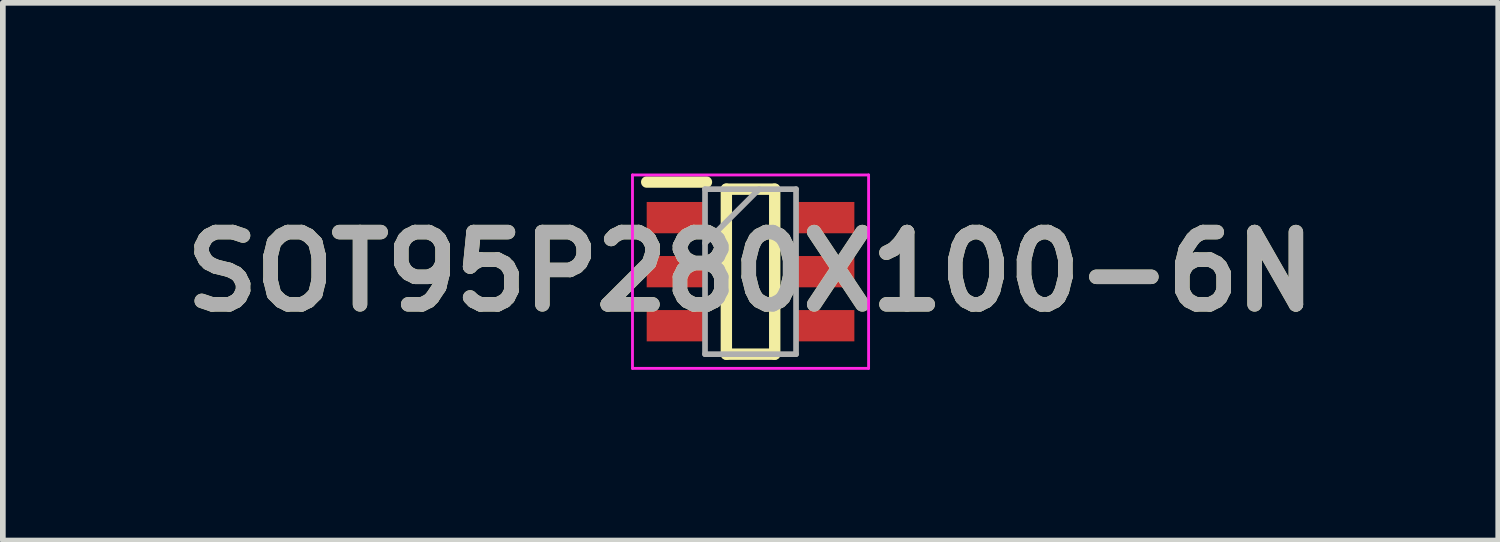
<source format=kicad_pcb>
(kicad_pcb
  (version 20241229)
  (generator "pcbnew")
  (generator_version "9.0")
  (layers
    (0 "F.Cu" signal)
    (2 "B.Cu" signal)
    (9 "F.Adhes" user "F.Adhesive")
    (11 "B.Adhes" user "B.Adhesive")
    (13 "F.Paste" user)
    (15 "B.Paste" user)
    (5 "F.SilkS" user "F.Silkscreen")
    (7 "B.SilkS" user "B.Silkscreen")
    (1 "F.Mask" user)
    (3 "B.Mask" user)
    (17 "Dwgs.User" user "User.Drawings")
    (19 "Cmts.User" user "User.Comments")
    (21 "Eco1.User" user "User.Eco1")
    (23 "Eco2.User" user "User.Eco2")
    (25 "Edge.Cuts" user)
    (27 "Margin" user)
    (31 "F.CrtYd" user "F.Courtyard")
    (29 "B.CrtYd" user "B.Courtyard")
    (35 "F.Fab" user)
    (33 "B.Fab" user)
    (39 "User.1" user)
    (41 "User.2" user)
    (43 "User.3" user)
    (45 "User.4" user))
  (footprint "SOT95P280X100-6N"
    (layer "F.Cu")
    (at 10.142 1.725)
    (property "Reference" "SOT95P280X100-6N" (at 0 0 0) (layer "F.SilkS") (effects (font (size 1.27 1.27) (thickness 0.254))))
    (attr smd)
    (fp_line (start -1.825 -1.575) (end -0.775 -1.575) (stroke (width 0.2) (type solid)) (layer "F.SilkS"))
    (fp_line (start -0.425 -1.45) (end 0.425 -1.45) (stroke (width 0.2) (type solid)) (layer "F.SilkS"))
    (fp_line (start -0.425 1.45) (end -0.425 -1.45) (stroke (width 0.2) (type solid)) (layer "F.SilkS"))
    (fp_line (start 0.425 -1.45) (end 0.425 1.45) (stroke (width 0.2) (type solid)) (layer "F.SilkS"))
    (fp_line (start 0.425 1.45) (end -0.425 1.45) (stroke (width 0.2) (type solid)) (layer "F.SilkS"))
    (fp_line (start -2.075 -1.7) (end 2.075 -1.7) (stroke (width 0.05) (type solid)) (layer "F.CrtYd"))
    (fp_line (start -2.075 1.7) (end -2.075 -1.7) (stroke (width 0.05) (type solid)) (layer "F.CrtYd"))
    (fp_line (start 2.075 -1.7) (end 2.075 1.7) (stroke (width 0.05) (type solid)) (layer "F.CrtYd"))
    (fp_line (start 2.075 1.7) (end -2.075 1.7) (stroke (width 0.05) (type solid)) (layer "F.CrtYd"))
    (fp_line (start -0.8 -1.45) (end 0.8 -1.45) (stroke (width 0.1) (type solid)) (layer "F.Fab"))
    (fp_line (start -0.8 -0.5) (end 0.15 -1.45) (stroke (width 0.1) (type solid)) (layer "F.Fab"))
    (fp_line (start -0.8 1.45) (end -0.8 -1.45) (stroke (width 0.1) (type solid)) (layer "F.Fab"))
    (fp_line (start 0.8 -1.45) (end 0.8 1.45) (stroke (width 0.1) (type solid)) (layer "F.Fab"))
    (fp_line (start 0.8 1.45) (end -0.8 1.45) (stroke (width 0.1) (type solid)) (layer "F.Fab"))
    (fp_text user "${REFERENCE}" (at 0 0 0) (layer "F.Fab") (effects (font (size 1.27 1.27) (thickness 0.254))))
    (pad "1" smd rect (at -1.3 -0.95 90) (size 0.55 1.05) (layers "F.Cu" "F.Mask" "F.Paste"))
    (pad "2" smd rect (at -1.3 0 90) (size 0.55 1.05) (layers "F.Cu" "F.Mask" "F.Paste"))
    (pad "3" smd rect (at -1.3 0.95 90) (size 0.55 1.05) (layers "F.Cu" "F.Mask" "F.Paste"))
    (pad "4" smd rect (at 1.3 0.95 90) (size 0.55 1.05) (layers "F.Cu" "F.Mask" "F.Paste"))
    (pad "5" smd rect (at 1.3 0 90) (size 0.55 1.05) (layers "F.Cu" "F.Mask" "F.Paste"))
    (pad "6" smd rect (at 1.3 -0.95 90) (size 0.55 1.05) (layers "F.Cu" "F.Mask" "F.Paste")))
  (gr_rect
    (start -3 -3)
    (end 23.284 6.45)
    (stroke (width 0.1) (type default))
    (fill no)
    (layer "Edge.Cuts")))
</source>
